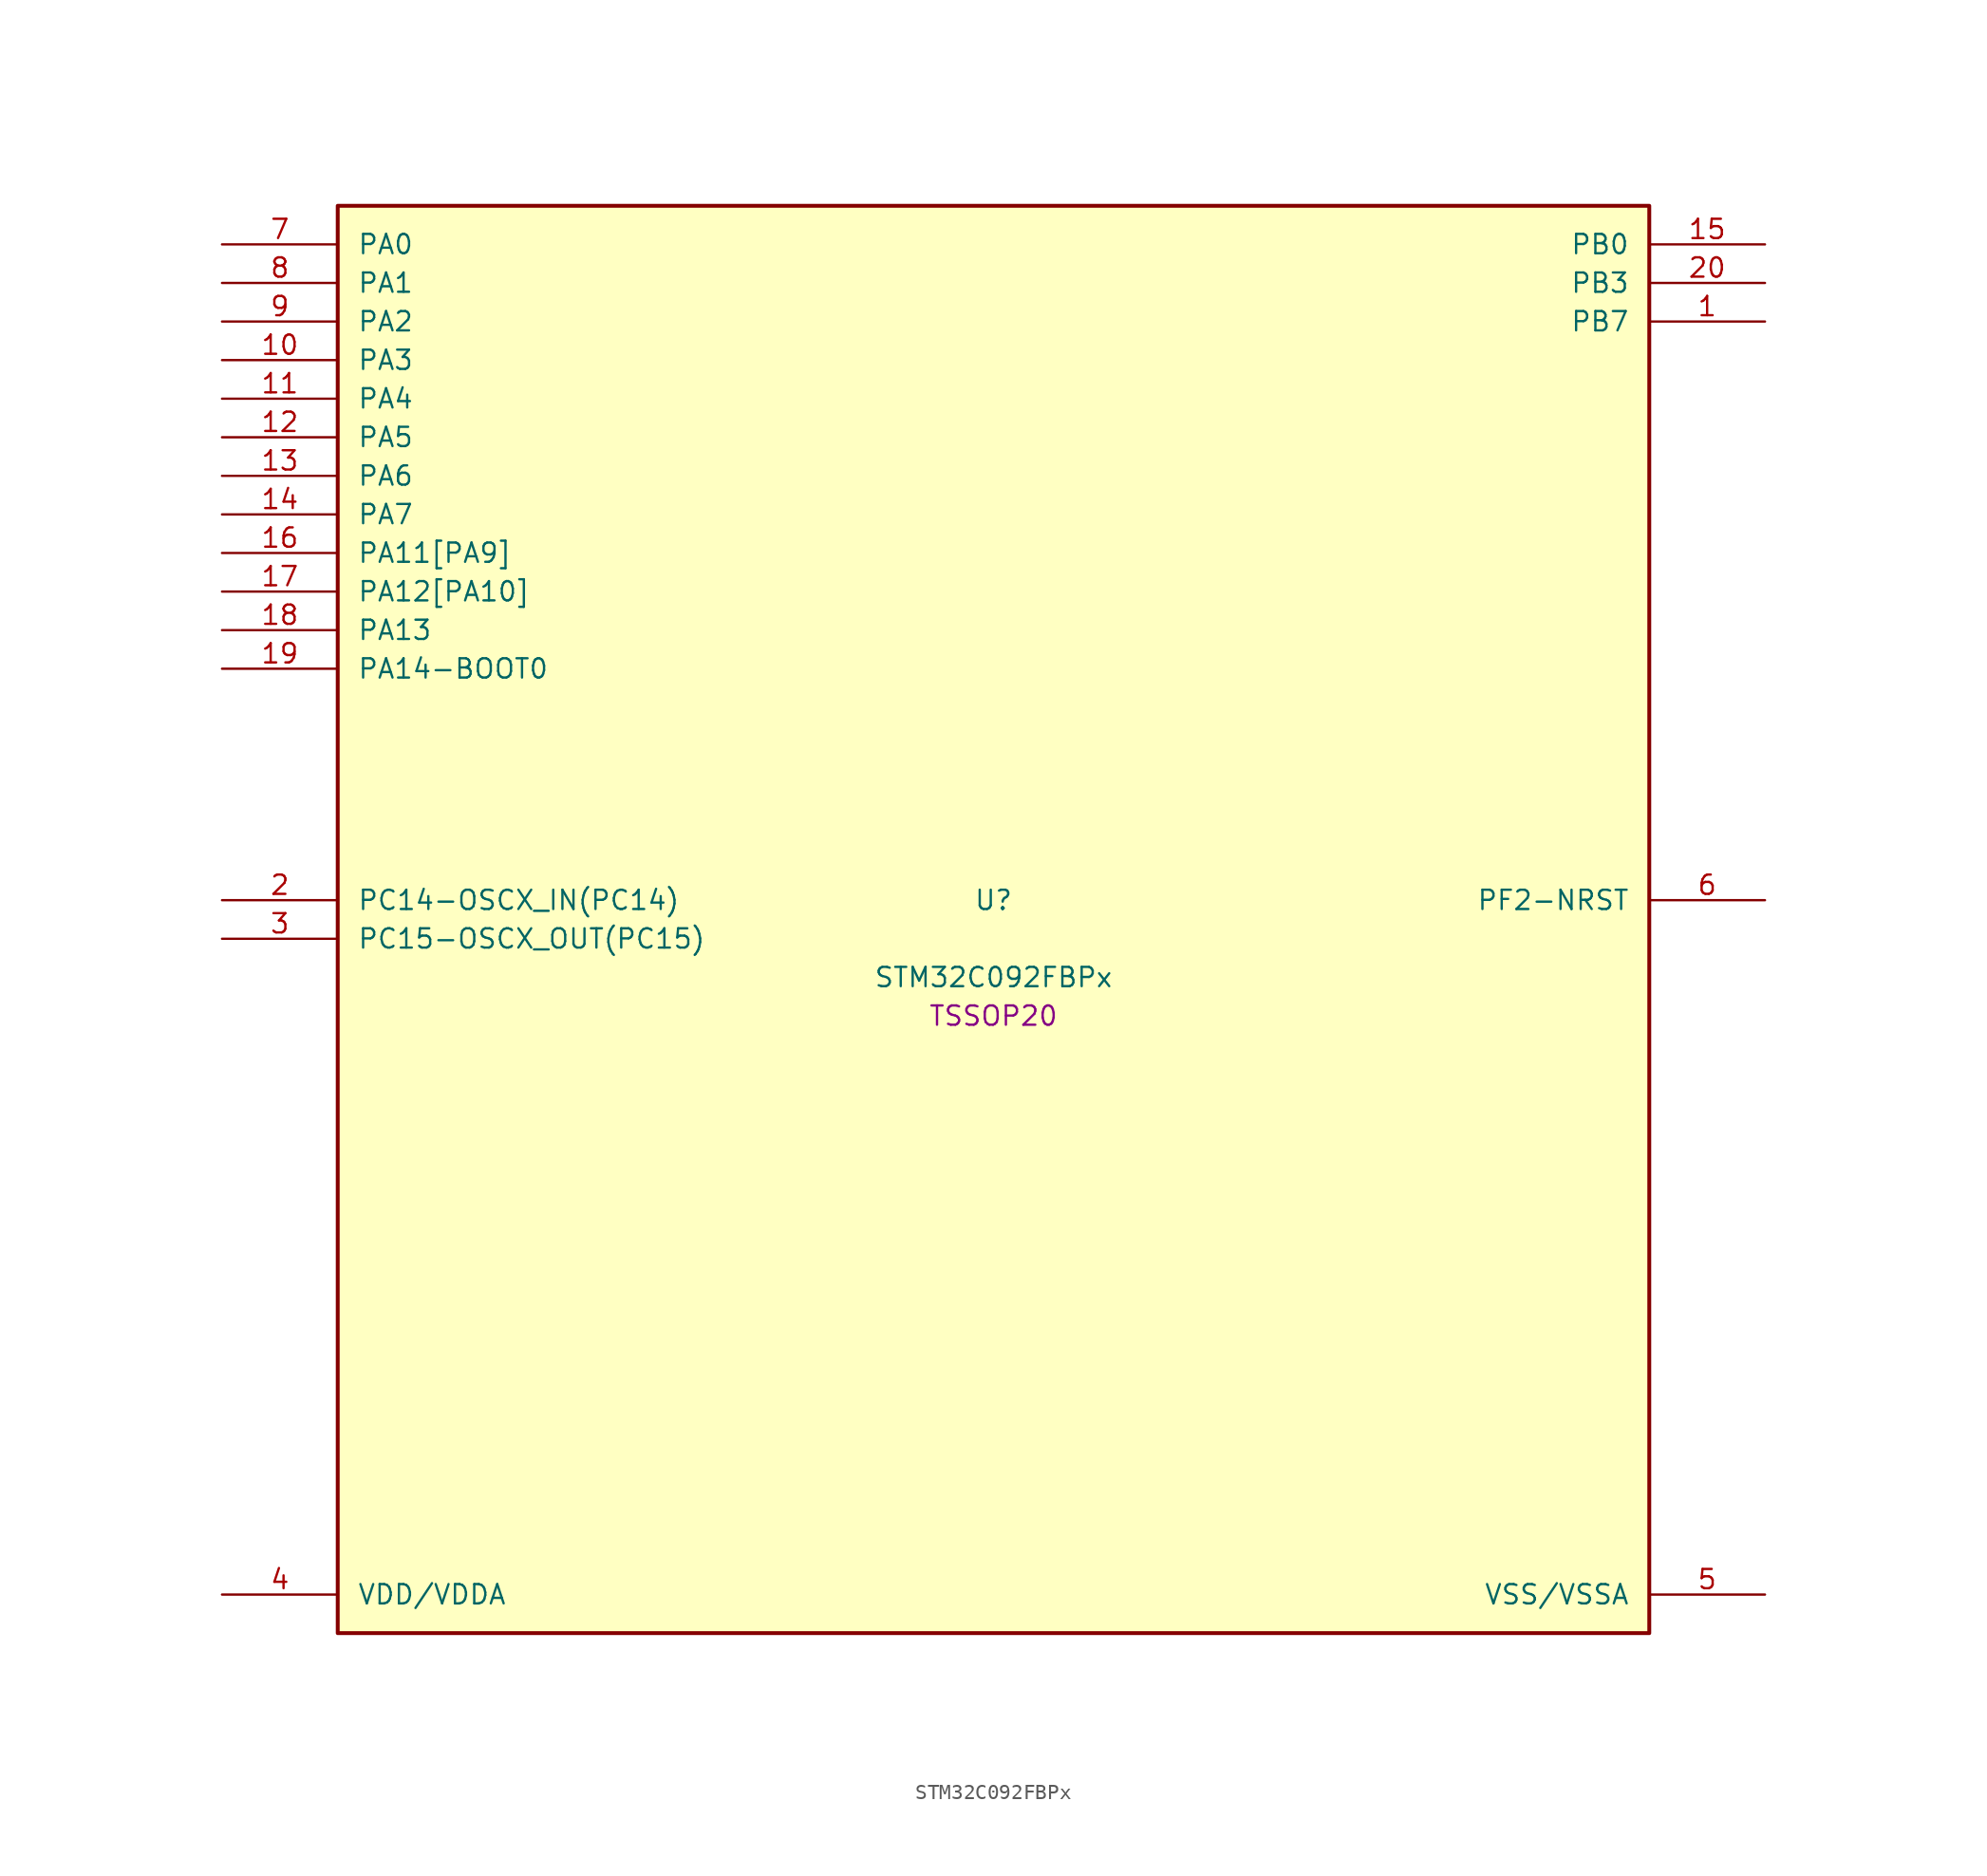
<source format=kicad_sym>
(kicad_symbol_lib
  (version 20241209)
  (generator "stm32_pkl_generator")
  (generator_version "1.0")
  (symbol "STM32C092FBPx"
    (pin_names
      (offset 1.27))
    (property "Reference" "U"
      (at 0 2.54 0))
    (property "Value" "STM32C092FBPx"
      (at 0 -2.54 0))
    (property "Footprint" "TSSOP20"
      (at 0 -5.08 0))
    (symbol "STM32C092FBPx_1_1"
      (rectangle (start -43.18 48.26) (end 43.18 -45.72) (stroke (width 0.254) (type solid)) (fill (type background)))
      (pin bidirectional line (at -50.8 45.72 0) (length 7.62) (name "PA0") (number "7") (alternate "PA0/ADC1_IN0" bidirectional line) (alternate "PA0/PWR_WKUP1" bidirectional line) (alternate "PA0/SPI2_SCK" bidirectional line) (alternate "PA0/TIM16_CH1" bidirectional line) (alternate "PA0/TIM1_CH1" bidirectional line) (alternate "PA0/TIM2_CH1" bidirectional line) (alternate "PA0/TIM2_ETR" bidirectional line) (alternate "PA0/USART1_TX" bidirectional line) (alternate "PA0/USART2_CTS" bidirectional line) (alternate "PA0/USART2_NSS" bidirectional line) (alternate "PA0/USART4_TX" bidirectional line))
      (pin bidirectional line (at -50.8 43.18 0) (length 7.62) (name "PA1") (number "8") (alternate "PA1/ADC1_IN1" bidirectional line) (alternate "PA1/I2C1_SMBA" bidirectional line) (alternate "PA1/I2S1_CK" bidirectional line) (alternate "PA1/SPI1_SCK" bidirectional line) (alternate "PA1/TIM15_CH1N" bidirectional line) (alternate "PA1/TIM17_CH1" bidirectional line) (alternate "PA1/TIM1_CH2" bidirectional line) (alternate "PA1/TIM2_CH2" bidirectional line) (alternate "PA1/USART1_RX" bidirectional line) (alternate "PA1/USART2_CK" bidirectional line) (alternate "PA1/USART2_DE" bidirectional line) (alternate "PA1/USART2_RTS" bidirectional line) (alternate "PA1/USART4_RX" bidirectional line))
      (pin bidirectional line (at -50.8 40.64 0) (length 7.62) (name "PA2") (number "9") (alternate "PA2/ADC1_IN2" bidirectional line) (alternate "PA2/I2S1_SD" bidirectional line) (alternate "PA2/PWR_WKUP4" bidirectional line) (alternate "PA2/RCC_LSCO" bidirectional line) (alternate "PA2/SPI1_MOSI" bidirectional line) (alternate "PA2/TIM15_CH1" bidirectional line) (alternate "PA2/TIM16_CH1N" bidirectional line) (alternate "PA2/TIM1_CH3" bidirectional line) (alternate "PA2/TIM2_CH3" bidirectional line) (alternate "PA2/TIM3_ETR" bidirectional line) (alternate "PA2/USART2_TX" bidirectional line))
      (pin bidirectional line (at -50.8 38.1 0) (length 7.62) (name "PA3") (number "10") (alternate "PA3/ADC1_IN3" bidirectional line) (alternate "PA3/SPI2_MISO" bidirectional line) (alternate "PA3/TIM15_CH2" bidirectional line) (alternate "PA3/TIM1_CH1N" bidirectional line) (alternate "PA3/TIM1_CH4" bidirectional line) (alternate "PA3/TIM2_CH4" bidirectional line) (alternate "PA3/USART2_RX" bidirectional line))
      (pin bidirectional line (at -50.8 35.56 0) (length 7.62) (name "PA4") (number "11") (alternate "PA4/ADC1_IN4" bidirectional line) (alternate "PA4/I2S1_WS" bidirectional line) (alternate "PA4/PWR_WKUP2" bidirectional line) (alternate "PA4/RTC_OUT1" bidirectional line) (alternate "PA4/RTC_TS" bidirectional line) (alternate "PA4/SPI1_NSS" bidirectional line) (alternate "PA4/SPI2_MOSI" bidirectional line) (alternate "PA4/TIM14_CH1" bidirectional line) (alternate "PA4/TIM17_CH1N" bidirectional line) (alternate "PA4/TIM1_CH2N" bidirectional line) (alternate "PA4/USART2_TX" bidirectional line))
      (pin bidirectional line (at -50.8 33.02 0) (length 7.62) (name "PA5") (number "12") (alternate "PA5/ADC1_IN5" bidirectional line) (alternate "PA5/I2S1_CK" bidirectional line) (alternate "PA5/SPI1_SCK" bidirectional line) (alternate "PA5/TIM1_CH1" bidirectional line) (alternate "PA5/TIM1_CH3N" bidirectional line) (alternate "PA5/TIM2_CH1" bidirectional line) (alternate "PA5/TIM2_ETR" bidirectional line) (alternate "PA5/USART2_RX" bidirectional line) (alternate "PA5/USART3_TX" bidirectional line))
      (pin bidirectional line (at -50.8 30.48 0) (length 7.62) (name "PA6") (number "13") (alternate "PA6/ADC1_IN6" bidirectional line) (alternate "PA6/I2C2_SDA" bidirectional line) (alternate "PA6/I2S1_MCK" bidirectional line) (alternate "PA6/SPI1_MISO" bidirectional line) (alternate "PA6/TIM16_CH1" bidirectional line) (alternate "PA6/TIM1_BKIN" bidirectional line) (alternate "PA6/TIM3_CH1" bidirectional line) (alternate "PA6/USART3_CTS" bidirectional line) (alternate "PA6/USART3_NSS" bidirectional line))
      (pin bidirectional line (at -50.8 27.94 0) (length 7.62) (name "PA7") (number "14") (alternate "PA7/ADC1_IN7" bidirectional line) (alternate "PA7/I2C2_SCL" bidirectional line) (alternate "PA7/I2S1_SD" bidirectional line) (alternate "PA7/SPI1_MOSI" bidirectional line) (alternate "PA7/TIM14_CH1" bidirectional line) (alternate "PA7/TIM17_CH1" bidirectional line) (alternate "PA7/TIM1_CH1N" bidirectional line) (alternate "PA7/TIM3_CH2" bidirectional line))
      (pin bidirectional line (at -50.8 25.4 0) (length 7.62) (name "PA11[PA9]") (number "16") (alternate "PA11[PA9]/ADC1_EXTI11" bidirectional line) (alternate "PA11[PA9]/FDCAN1_RX" bidirectional line) (alternate "PA11[PA9]/I2C2_SCL" bidirectional line) (alternate "PA11[PA9]/I2S1_MCK" bidirectional line) (alternate "PA11[PA9]/SPI1_MISO" bidirectional line) (alternate "PA11[PA9]/TIM1_BKIN2" bidirectional line) (alternate "PA11[PA9]/TIM1_CH4" bidirectional line) (alternate "PA11[PA9]/USART1_CTS" bidirectional line) (alternate "PA11[PA9]/USART1_NSS" bidirectional line) (alternate "PA11[PA9]/PA9[PA11]" bidirectional line) (alternate "PA11[PA9]/I2C1_SCL" bidirectional line) (alternate "PA11[PA9]/RCC_MCO" bidirectional line) (alternate "PA11[PA9]/SPI2_MISO" bidirectional line) (alternate "PA11[PA9]/TIM15_BKIN" bidirectional line) (alternate "PA11[PA9]/TIM1_CH2" bidirectional line) (alternate "PA11[PA9]/TIM3_ETR" bidirectional line) (alternate "PA11[PA9]/USART1_TX" bidirectional line))
      (pin bidirectional line (at -50.8 22.86 0) (length 7.62) (name "PA12[PA10]") (number "17") (alternate "PA12[PA10]/FDCAN1_TX" bidirectional line) (alternate "PA12[PA10]/I2C2_SDA" bidirectional line) (alternate "PA12[PA10]/I2S1_SD" bidirectional line) (alternate "PA12[PA10]/I2S_CKIN" bidirectional line) (alternate "PA12[PA10]/SPI1_MOSI" bidirectional line) (alternate "PA12[PA10]/TIM1_ETR" bidirectional line) (alternate "PA12[PA10]/USART1_CK" bidirectional line) (alternate "PA12[PA10]/USART1_DE" bidirectional line) (alternate "PA12[PA10]/USART1_RTS" bidirectional line) (alternate "PA12[PA10]/PA10[PA12]" bidirectional line) (alternate "PA12[PA10]/I2C1_SDA" bidirectional line) (alternate "PA12[PA10]/RCC_MCO_2" bidirectional line) (alternate "PA12[PA10]/SPI2_MOSI" bidirectional line) (alternate "PA12[PA10]/TIM17_BKIN" bidirectional line) (alternate "PA12[PA10]/TIM1_CH3" bidirectional line) (alternate "PA12[PA10]/USART1_RX" bidirectional line))
      (pin bidirectional line (at -50.8 20.32 0) (length 7.62) (name "PA13") (number "18") (alternate "PA13/ADC1_IN13" bidirectional line) (alternate "PA13/DEBUG_SWDIO" bidirectional line) (alternate "PA13/IR_OUT" bidirectional line) (alternate "PA13/TIM3_ETR" bidirectional line) (alternate "PA13/USART2_RX" bidirectional line))
      (pin bidirectional line (at -50.8 17.78 0) (length 7.62) (name "PA14-BOOT0") (number "19") (alternate "PA14-BOOT0/ADC1_IN14" bidirectional line) (alternate "PA14-BOOT0/BOOT0" bidirectional line) (alternate "PA14-BOOT0/DEBUG_SWCLK" bidirectional line) (alternate "PA14-BOOT0/I2S1_WS" bidirectional line) (alternate "PA14-BOOT0/RCC_MCO_2" bidirectional line) (alternate "PA14-BOOT0/SPI1_NSS" bidirectional line) (alternate "PA14-BOOT0/TIM1_CH1" bidirectional line) (alternate "PA14-BOOT0/USART1_CK" bidirectional line) (alternate "PA14-BOOT0/USART1_DE" bidirectional line) (alternate "PA14-BOOT0/USART1_RTS" bidirectional line) (alternate "PA14-BOOT0/USART2_RX" bidirectional line) (alternate "PA14-BOOT0/USART2_TX" bidirectional line) (alternate "PA14-BOOT0/PA15" bidirectional line) (alternate "PA14-BOOT0/TIM2_CH1" bidirectional line) (alternate "PA14-BOOT0/TIM2_ETR" bidirectional line) (alternate "PA14-BOOT0/USART3_CK" bidirectional line) (alternate "PA14-BOOT0/USART3_DE" bidirectional line) (alternate "PA14-BOOT0/USART3_RTS" bidirectional line) (alternate "PA14-BOOT0/USART4_CK" bidirectional line) (alternate "PA14-BOOT0/USART4_DE" bidirectional line) (alternate "PA14-BOOT0/USART4_RTS" bidirectional line))
      (pin bidirectional line (at 50.8 45.72 180) (length 7.62) (name "PB0") (number "15") (alternate "PB0/ADC1_IN17" bidirectional line) (alternate "PB0/FDCAN1_RX" bidirectional line) (alternate "PB0/I2S1_WS" bidirectional line) (alternate "PB0/SPI1_NSS" bidirectional line) (alternate "PB0/TIM1_CH2N" bidirectional line) (alternate "PB0/TIM3_CH3" bidirectional line) (alternate "PB0/USART3_RX" bidirectional line) (alternate "PB0/PB1" bidirectional line) (alternate "PB0/ADC1_IN18" bidirectional line) (alternate "PB0/FDCAN1_TX" bidirectional line) (alternate "PB0/TIM14_CH1" bidirectional line) (alternate "PB0/TIM1_CH3N" bidirectional line) (alternate "PB0/TIM3_CH4" bidirectional line) (alternate "PB0/USART3_CK" bidirectional line) (alternate "PB0/USART3_DE" bidirectional line) (alternate "PB0/USART3_RTS" bidirectional line) (alternate "PB0/PB2" bidirectional line) (alternate "PB0/ADC1_IN19" bidirectional line) (alternate "PB0/RCC_MCO_2" bidirectional line) (alternate "PB0/SPI2_MISO" bidirectional line) (alternate "PB0/USART1_RX" bidirectional line) (alternate "PB0/USART3_TX" bidirectional line) (alternate "PB0/PA8" bidirectional line) (alternate "PB0/ADC1_IN8" bidirectional line) (alternate "PB0/RCC_MCO" bidirectional line) (alternate "PB0/SPI2_NSS" bidirectional line) (alternate "PB0/TIM1_CH1" bidirectional line) (alternate "PB0/USART2_TX" bidirectional line))
      (pin bidirectional line (at 50.8 43.18 180) (length 7.62) (name "PB3") (number "20") (alternate "PB3/I2C2_SCL" bidirectional line) (alternate "PB3/I2S1_CK" bidirectional line) (alternate "PB3/SPI1_SCK" bidirectional line) (alternate "PB3/TIM1_CH2" bidirectional line) (alternate "PB3/TIM2_CH2" bidirectional line) (alternate "PB3/TIM3_CH2" bidirectional line) (alternate "PB3/USART1_CK" bidirectional line) (alternate "PB3/USART1_DE" bidirectional line) (alternate "PB3/USART1_RTS" bidirectional line) (alternate "PB3/PB4" bidirectional line) (alternate "PB3/I2C2_SDA" bidirectional line) (alternate "PB3/I2S1_MCK" bidirectional line) (alternate "PB3/SPI1_MISO" bidirectional line) (alternate "PB3/TIM17_BKIN" bidirectional line) (alternate "PB3/TIM3_CH1" bidirectional line) (alternate "PB3/USART1_CTS" bidirectional line) (alternate "PB3/USART1_NSS" bidirectional line) (alternate "PB3/PB5" bidirectional line) (alternate "PB3/FDCAN1_RX" bidirectional line) (alternate "PB3/I2C1_SMBA" bidirectional line) (alternate "PB3/I2S1_SD" bidirectional line) (alternate "PB3/PWR_WKUP6" bidirectional line) (alternate "PB3/SPI1_MOSI" bidirectional line) (alternate "PB3/TIM16_BKIN" bidirectional line) (alternate "PB3/TIM3_CH3" bidirectional line) (alternate "PB3/PB6" bidirectional line) (alternate "PB3/FDCAN1_TX" bidirectional line) (alternate "PB3/I2C1_SCL" bidirectional line) (alternate "PB3/PWR_WKUP3" bidirectional line) (alternate "PB3/SPI2_MISO" bidirectional line) (alternate "PB3/TIM16_CH1N" bidirectional line) (alternate "PB3/TIM1_CH3" bidirectional line) (alternate "PB3/USART1_TX" bidirectional line))
      (pin bidirectional line (at 50.8 40.64 180) (length 7.62) (name "PB7") (number "1") (alternate "PB7/I2C1_SCL" bidirectional line) (alternate "PB7/I2C1_SDA" bidirectional line) (alternate "PB7/RTC_REFIN" bidirectional line) (alternate "PB7/SPI2_MOSI" bidirectional line) (alternate "PB7/TIM16_CH1" bidirectional line) (alternate "PB7/TIM17_CH1N" bidirectional line) (alternate "PB7/TIM1_CH4" bidirectional line) (alternate "PB7/TIM3_CH1" bidirectional line) (alternate "PB7/TIM3_CH4" bidirectional line) (alternate "PB7/USART1_RX" bidirectional line) (alternate "PB7/USART2_CTS" bidirectional line) (alternate "PB7/USART2_NSS" bidirectional line) (alternate "PB7/USART4_CTS" bidirectional line) (alternate "PB7/USART4_NSS" bidirectional line) (alternate "PB7/PB8" bidirectional line) (alternate "PB7/FDCAN1_RX" bidirectional line) (alternate "PB7/SPI2_SCK" bidirectional line) (alternate "PB7/TIM15_BKIN" bidirectional line) (alternate "PB7/USART3_TX" bidirectional line))
      (pin bidirectional line (at -50.8 2.54 0) (length 7.62) (name "PC14-OSCX_IN(PC14)") (number "2") (alternate "PC14-OSCX_IN(PC14)/FDCAN1_TX" bidirectional line) (alternate "PC14-OSCX_IN(PC14)/I2C1_SDA" bidirectional line) (alternate "PC14-OSCX_IN(PC14)/IR_OUT" bidirectional line) (alternate "PC14-OSCX_IN(PC14)/RCC_OSCX_IN" bidirectional line) (alternate "PC14-OSCX_IN(PC14)/SPI2_NSS" bidirectional line) (alternate "PC14-OSCX_IN(PC14)/TIM17_CH1" bidirectional line) (alternate "PC14-OSCX_IN(PC14)/TIM1_BKIN2" bidirectional line) (alternate "PC14-OSCX_IN(PC14)/TIM1_ETR" bidirectional line) (alternate "PC14-OSCX_IN(PC14)/TIM3_CH2" bidirectional line) (alternate "PC14-OSCX_IN(PC14)/USART1_TX" bidirectional line) (alternate "PC14-OSCX_IN(PC14)/USART2_CK" bidirectional line) (alternate "PC14-OSCX_IN(PC14)/USART2_DE" bidirectional line) (alternate "PC14-OSCX_IN(PC14)/USART2_RTS" bidirectional line) (alternate "PC14-OSCX_IN(PC14)/USART3_TX" bidirectional line))
      (pin bidirectional line (at -50.8 0 0) (length 7.62) (name "PC15-OSCX_OUT(PC15)") (number "3") (alternate "PC15-OSCX_OUT(PC15)/RCC_OSC32_EN" bidirectional line) (alternate "PC15-OSCX_OUT(PC15)/RCC_OSCX_OUT" bidirectional line) (alternate "PC15-OSCX_OUT(PC15)/RCC_OSC_EN" bidirectional line) (alternate "PC15-OSCX_OUT(PC15)/TIM15_BKIN" bidirectional line) (alternate "PC15-OSCX_OUT(PC15)/TIM1_ETR" bidirectional line) (alternate "PC15-OSCX_OUT(PC15)/TIM3_CH3" bidirectional line))
      (pin bidirectional line (at 50.8 2.54 180) (length 7.62) (name "PF2-NRST") (number "6") (alternate "PF2-NRST/RCC_MCO" bidirectional line) (alternate "PF2-NRST/TIM1_CH4" bidirectional line))
      (pin power_in line (at -50.8 -43.18 0) (length 7.62) (name "VDD/VDDA") (number "4"))
      (pin power_in line (at 50.8 -43.18 180) (length 7.62) (name "VSS/VSSA") (number "5")))))
</source>
